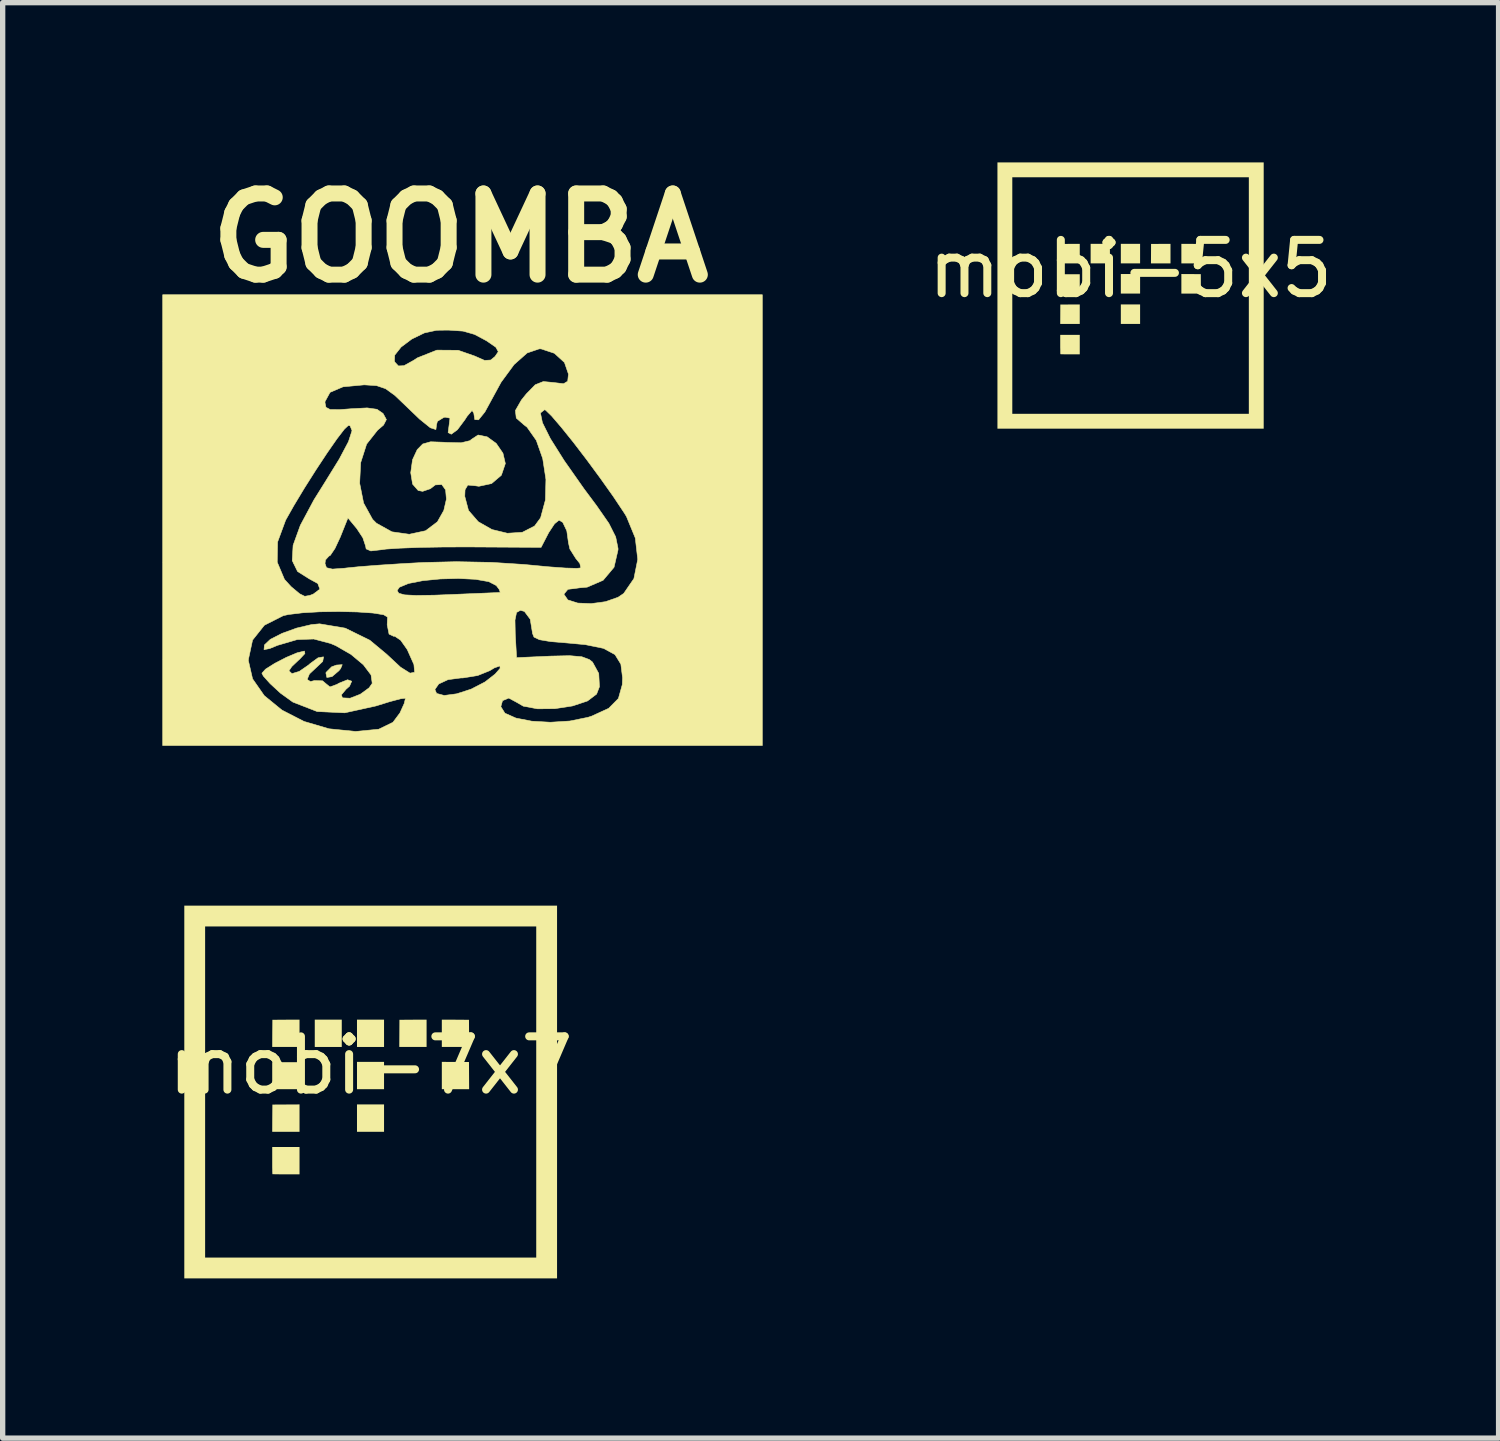
<source format=kicad_pcb>
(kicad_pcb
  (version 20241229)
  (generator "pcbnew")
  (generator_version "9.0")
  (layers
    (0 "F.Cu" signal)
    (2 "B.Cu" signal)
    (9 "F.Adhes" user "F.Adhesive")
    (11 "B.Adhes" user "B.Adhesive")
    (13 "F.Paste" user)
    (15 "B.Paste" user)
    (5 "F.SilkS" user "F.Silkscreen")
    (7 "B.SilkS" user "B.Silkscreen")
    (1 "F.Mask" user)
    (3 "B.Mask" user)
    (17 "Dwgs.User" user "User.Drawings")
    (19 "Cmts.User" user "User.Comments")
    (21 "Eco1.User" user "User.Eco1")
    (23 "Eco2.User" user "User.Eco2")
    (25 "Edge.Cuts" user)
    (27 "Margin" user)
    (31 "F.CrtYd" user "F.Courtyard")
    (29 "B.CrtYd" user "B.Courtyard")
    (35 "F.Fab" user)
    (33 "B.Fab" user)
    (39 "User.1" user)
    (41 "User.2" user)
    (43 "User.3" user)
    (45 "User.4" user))
  (footprint "mobi-5x5"
    (layer "F.Cu")
    (at 18.181 2.5)
    (property "Reference" "mobi-5x5" (at 0 -0.5 0) (unlocked yes) (layer "F.SilkS") (effects (font (size 1 1) (thickness 0.15))))
    (attr smd)
    (fp_poly (pts (xy -0.954 -0.037) (xy -1.321 -0.037) (xy -1.321 -0.4) (xy -0.954 -0.4)) (stroke (width 0) (type solid)) (fill yes) (layer "F.SilkS"))
    (fp_poly (pts (xy -0.388 -0.604) (xy -0.75 -0.604) (xy -0.75 -0.971) (xy -0.388 -0.971)) (stroke (width 0) (type solid)) (fill yes) (layer "F.SilkS"))
    (fp_poly (pts (xy 0.179 -0.604) (xy -0.183 -0.604) (xy -0.183 -0.971) (xy 0.179 -0.971)) (stroke (width 0) (type solid)) (fill yes) (layer "F.SilkS"))
    (fp_poly (pts (xy 0.179 -0.037) (xy -0.183 -0.037) (xy -0.183 -0.404) (xy 0.179 -0.404)) (stroke (width 0) (type solid)) (fill yes) (layer "F.SilkS"))
    (fp_poly (pts (xy 0.179 0.533) (xy -0.183 0.533) (xy -0.183 0.167) (xy 0.179 0.167)) (stroke (width 0) (type solid)) (fill yes) (layer "F.SilkS"))
    (fp_poly (pts (xy 1.136 -0.403) (xy 1.319 -0.402) (xy 1.321 -0.037) (xy 0.954 -0.037) (xy 0.954 -0.404)) (stroke (width 0) (type solid)) (fill yes) (layer "F.SilkS"))
    (fp_poly (pts (xy -0.954 -0.604) (xy -1.321 -0.604) (xy -1.32 -0.786) (xy -1.319 -0.969) (xy -1.136 -0.97) (xy -0.954 -0.971)) (stroke (width 0) (type solid)) (fill yes) (layer "F.SilkS"))
    (fp_poly (pts (xy -0.954 0.533) (xy -1.321 0.533) (xy -1.32 0.351) (xy -1.319 0.169) (xy -1.136 0.168) (xy -0.954 0.167)) (stroke (width 0) (type solid)) (fill yes) (layer "F.SilkS"))
    (fp_poly (pts (xy 0.75 -0.604) (xy 0.383 -0.604) (xy 0.384 -0.786) (xy 0.385 -0.969) (xy 0.568 -0.97) (xy 0.75 -0.971)) (stroke (width 0) (type solid)) (fill yes) (layer "F.SilkS"))
    (fp_poly (pts (xy 1.136 -0.97) (xy 1.319 -0.969) (xy 1.32 -0.786) (xy 1.321 -0.604) (xy 0.954 -0.604) (xy 0.954 -0.971)) (stroke (width 0) (type solid)) (fill yes) (layer "F.SilkS"))
    (fp_poly (pts (xy 2.5 2.5) (xy -2.5 2.5) (xy -2.5 2.221) (xy -2.221 2.221) (xy 2.221 2.221) (xy 2.221 -2.221) (xy -2.221 -2.221) (xy -2.221 2.221) (xy -2.5 2.221) (xy -2.5 -2.5) (xy 2.5 -2.5)) (stroke (width 0) (type solid)) (fill yes) (layer "F.SilkS"))
    (fp_poly (pts (xy -0.954 1.104) (xy -1.135 1.104) (xy -1.173 1.104) (xy -1.208 1.104) (xy -1.24 1.104) (xy -1.268 1.103) (xy -1.29 1.103) (xy -1.307 1.102) (xy -1.316 1.102) (xy -1.318 1.101) (xy -1.319 1.097) (xy -1.319 1.085) (xy -1.32 1.066) (xy -1.32 1.042) (xy -1.32 1.012) (xy -1.321 0.979) (xy -1.321 0.942) (xy -1.321 0.918) (xy -1.321 0.738) (xy -0.954 0.738)) (stroke (width 0) (type solid)) (fill yes) (layer "F.SilkS")))
  (footprint "mobi-7x7"
    (layer "F.Cu")
    (at 3.911 17.457)
    (property "Reference" "mobi-7x7" (at 0 -0.5 0) (unlocked yes) (layer "F.SilkS") (effects (font (size 1 1) (thickness 0.15))))
    (attr smd)
    (fp_poly (pts (xy -1.336 -0.053) (xy -1.849 -0.053) (xy -1.849 -0.56) (xy -1.336 -0.56)) (stroke (width 0) (type solid)) (fill yes) (layer "F.SilkS"))
    (fp_poly (pts (xy -0.543 -0.846) (xy -1.05 -0.846) (xy -1.05 -1.359) (xy -0.543 -1.359)) (stroke (width 0) (type solid)) (fill yes) (layer "F.SilkS"))
    (fp_poly (pts (xy 0.251 -0.846) (xy -0.257 -0.846) (xy -0.257 -1.359) (xy 0.251 -1.359)) (stroke (width 0) (type solid)) (fill yes) (layer "F.SilkS"))
    (fp_poly (pts (xy 0.251 -0.053) (xy -0.257 -0.053) (xy -0.257 -0.566) (xy 0.251 -0.566)) (stroke (width 0) (type solid)) (fill yes) (layer "F.SilkS"))
    (fp_poly (pts (xy 0.251 0.747) (xy -0.257 0.747) (xy -0.257 0.233) (xy 0.251 0.233)) (stroke (width 0) (type solid)) (fill yes) (layer "F.SilkS"))
    (fp_poly (pts (xy 1.846 -0.563) (xy 1.849 -0.053) (xy 1.336 -0.053) (xy 1.336 -0.566)) (stroke (width 0) (type solid)) (fill yes) (layer "F.SilkS"))
    (fp_poly (pts (xy -1.336 0.747) (xy -1.849 0.747) (xy -1.848 0.491) (xy -1.846 0.236) (xy -1.336 0.233)) (stroke (width 0) (type solid)) (fill yes) (layer "F.SilkS"))
    (fp_poly (pts (xy 1.05 -0.846) (xy 0.537 -0.846) (xy 0.54 -1.356) (xy 0.795 -1.358) (xy 1.05 -1.359)) (stroke (width 0) (type solid)) (fill yes) (layer "F.SilkS"))
    (fp_poly (pts (xy 1.591 -1.358) (xy 1.846 -1.356) (xy 1.849 -0.846) (xy 1.336 -0.846) (xy 1.336 -1.359)) (stroke (width 0) (type solid)) (fill yes) (layer "F.SilkS"))
    (fp_poly (pts (xy -1.336 -0.846) (xy -1.849 -0.846) (xy -1.848 -1.101) (xy -1.846 -1.356) (xy -1.591 -1.358) (xy -1.336 -1.359)) (stroke (width 0) (type solid)) (fill yes) (layer "F.SilkS"))
    (fp_poly (pts (xy 3.5 3.5) (xy -3.5 3.5) (xy -3.5 3.109) (xy -3.109 3.109) (xy 3.109 3.109) (xy 3.109 -3.109) (xy -3.109 -3.109) (xy -3.109 3.109) (xy -3.5 3.109) (xy -3.5 -3.5) (xy 3.5 -3.5)) (stroke (width 0) (type solid)) (fill yes) (layer "F.SilkS"))
    (fp_poly (pts (xy -1.336 1.546) (xy -1.589 1.546) (xy -1.642 1.546) (xy -1.692 1.546) (xy -1.736 1.545) (xy -1.775 1.545) (xy -1.806 1.544) (xy -1.829 1.543) (xy -1.843 1.543) (xy -1.845 1.542) (xy -1.846 1.536) (xy -1.847 1.519) (xy -1.848 1.492) (xy -1.848 1.458) (xy -1.849 1.417) (xy -1.849 1.371) (xy -1.849 1.32) (xy -1.849 1.285) (xy -1.849 1.033) (xy -1.336 1.033)) (stroke (width 0) (type solid)) (fill yes) (layer "F.SilkS")))
  (footprint "GOOMBA"
    (layer "F.Cu")
    (at 5.993 7.018)
    (property "Reference" "GOOMBA" (at -0.4 -5.6 0) (layer "F.SilkS") (effects (font (size 1.524 1.524) (thickness 0.3))))
    (attr through_hole)
    (fp_poly (pts (xy -2.646 2.487) (xy -2.678 2.527) (xy -2.808 2.638) (xy -2.905 2.655) (xy -2.923 2.57) (xy -2.919 2.558) (xy -2.815 2.454) (xy -2.724 2.421) (xy -2.616 2.414) (xy -2.646 2.487)) (stroke (width 0.01) (type solid)) (fill yes) (layer "F.SilkS"))
    (fp_poly (pts (xy 5.273 3.933) (xy -5.988 3.933) (xy -5.988 2.336) (xy -4.379 2.336) (xy -4.3 2.68) (xy -4.08 2.996) (xy -3.748 3.267) (xy -3.333 3.48) (xy -2.863 3.618) (xy -2.367 3.668) (xy -1.931 3.626) (xy -1.664 3.496) (xy -1.533 3.321) (xy -1.479 3.202) (xy 0.362 3.202) (xy 0.439 3.325) (xy 0.646 3.417) (xy 0.943 3.475) (xy 1.293 3.495) (xy 1.657 3.472) (xy 1.997 3.403) (xy 2.066 3.381) (xy 2.387 3.234) (xy 2.57 3.049) (xy 2.643 2.789) (xy 2.648 2.66) (xy 2.616 2.404) (xy 2.506 2.225) (xy 2.292 2.108) (xy 1.95 2.038) (xy 1.638 2.009) (xy 1.294 1.98) (xy 1.087 1.945) (xy 0.985 1.896) (xy 0.955 1.822) (xy 0.955 1.811) (xy 0.914 1.56) (xy 0.805 1.414) (xy 0.73 1.393) (xy 0.657 1.434) (xy 0.628 1.577) (xy 0.633 1.838) (xy 0.658 2.282) (xy 1.3 2.253) (xy 1.655 2.245) (xy 1.883 2.265) (xy 2.025 2.318) (xy 2.084 2.365) (xy 2.201 2.579) (xy 2.214 2.828) (xy 2.16 2.967) (xy 1.989 3.096) (xy 1.709 3.189) (xy 1.377 3.24) (xy 1.05 3.243) (xy 0.784 3.193) (xy 0.665 3.124) (xy 0.511 3.041) (xy 0.394 3.09) (xy 0.362 3.202) (xy -1.479 3.202) (xy -1.453 3.145) (xy -1.429 3.047) (xy -1.431 3.044) (xy -1.519 3.054) (xy -1.722 3.108) (xy -1.983 3.189) (xy -2.569 3.318) (xy -3.087 3.294) (xy -3.544 3.116) (xy -3.777 2.948) (xy -3.971 2.769) (xy -4.098 2.627) (xy -4.125 2.574) (xy -4.056 2.498) (xy -3.885 2.39) (xy -3.669 2.278) (xy -3.463 2.191) (xy -3.326 2.158) (xy -3.317 2.205) (xy -3.419 2.314) (xy -3.427 2.32) (xy -3.563 2.449) (xy -3.617 2.529) (xy -3.561 2.582) (xy -3.422 2.54) (xy -3.247 2.419) (xy -3.221 2.395) (xy -3.07 2.285) (xy -2.97 2.267) (xy -2.967 2.27) (xy -2.983 2.354) (xy -3.093 2.458) (xy -3.232 2.588) (xy -3.275 2.692) (xy -3.213 2.731) (xy -3.137 2.712) (xy -2.985 2.717) (xy -2.928 2.766) (xy -2.847 2.832) (xy -2.715 2.784) (xy -2.68 2.763) (xy -2.516 2.697) (xy -2.438 2.724) (xy -2.479 2.818) (xy -2.543 2.874) (xy -2.632 2.98) (xy -2.613 3.037) (xy -2.469 3.044) (xy -2.277 2.969) (xy -2.154 2.88) (xy -0.876 2.88) (xy -0.844 2.954) (xy -0.701 2.992) (xy -0.467 2.961) (xy -0.195 2.873) (xy 0.06 2.741) (xy 0.076 2.73) (xy 0.254 2.591) (xy 0.348 2.484) (xy 0.346 2.437) (xy 0.241 2.474) (xy 0.153 2.527) (xy -0.073 2.618) (xy -0.351 2.663) (xy -0.387 2.663) (xy -0.629 2.695) (xy -0.804 2.776) (xy -0.876 2.88) (xy -2.154 2.88) (xy -2.111 2.848) (xy -2.053 2.765) (xy -2.075 2.607) (xy -2.22 2.415) (xy -2.452 2.221) (xy -2.739 2.056) (xy -2.837 2.015) (xy -3.151 1.932) (xy -3.463 1.943) (xy -3.832 2.051) (xy -3.978 2.111) (xy -4.085 2.132) (xy -4.077 2.043) (xy -3.967 1.939) (xy -3.746 1.826) (xy -3.47 1.726) (xy -3.193 1.661) (xy -3.041 1.647) (xy -2.56 1.728) (xy -2.098 1.955) (xy -1.783 2.217) (xy -1.521 2.461) (xy -1.343 2.573) (xy -1.257 2.556) (xy -1.27 2.411) (xy -1.391 2.14) (xy -1.397 2.128) (xy -1.519 1.955) (xy -1.631 1.879) (xy -1.651 1.881) (xy -1.737 1.84) (xy -1.772 1.666) (xy -1.766 1.52) (xy -1.839 1.476) (xy -2.041 1.444) (xy -2.334 1.424) (xy -2.678 1.416) (xy -3.035 1.421) (xy -3.364 1.44) (xy -3.627 1.472) (xy -3.724 1.494) (xy -4.078 1.673) (xy -4.3 1.952) (xy -4.379 2.319) (xy -4.379 2.336) (xy -5.988 2.336) (xy -5.988 0.489) (xy -3.837 0.489) (xy -3.701 0.812) (xy -3.576 0.949) (xy -3.415 1.083) (xy -3.32 1.13) (xy -3.224 1.113) (xy -3.159 1.088) (xy -3.072 1.023) (xy -1.585 1.023) (xy -1.554 1.073) (xy -1.444 1.103) (xy -1.23 1.114) (xy -0.887 1.109) (xy -0.633 1.099) (xy -0.25 1.083) (xy 0.065 1.07) (xy 0.277 1.061) (xy 0.351 1.057) (xy 0.332 1.002) (xy 0.277 0.928) (xy 0.136 0.855) (xy -0.114 0.811) (xy -0.431 0.795) (xy -0.774 0.804) (xy -1.101 0.836) (xy -1.372 0.889) (xy -1.545 0.961) (xy -1.585 1.023) (xy -3.072 1.023) (xy -3.036 0.996) (xy -3.075 0.89) (xy -3.239 0.8) (xy -3.455 0.664) (xy -3.529 0.513) (xy -2.94 0.513) (xy -2.912 0.593) (xy -2.801 0.619) (xy -2.568 0.602) (xy -2.538 0.598) (xy -2.291 0.573) (xy -1.927 0.545) (xy -1.496 0.517) (xy -1.099 0.495) (xy -0.474 0.48) (xy 0.19 0.493) (xy 0.796 0.532) (xy 0.88 0.54) (xy 1.261 0.576) (xy 1.576 0.599) (xy 1.789 0.605) (xy 1.864 0.597) (xy 1.846 0.513) (xy 1.769 0.418) (xy 1.658 0.241) (xy 1.632 0.124) (xy 1.601 -0.099) (xy 1.525 -0.259) (xy 1.456 -0.3) (xy 1.371 -0.232) (xy 1.262 -0.067) (xy 1.25 -0.044) (xy 1.118 0.211) (xy -0.222 0.203) (xy -0.707 0.204) (xy -1.156 0.212) (xy -1.53 0.226) (xy -1.792 0.243) (xy -1.87 0.254) (xy -2.079 0.278) (xy -2.167 0.24) (xy -2.178 0.184) (xy -2.229 0.031) (xy -2.343 -0.142) (xy -2.509 -0.342) (xy -2.653 0.018) (xy -2.753 0.232) (xy -2.84 0.361) (xy -2.868 0.377) (xy -2.931 0.447) (xy -2.94 0.513) (xy -3.529 0.513) (xy -3.555 0.459) (xy -3.539 0.173) (xy -3.403 -0.203) (xy -3.148 -0.68) (xy -2.951 -0.995) (xy -2.672 -1.447) (xy -2.499 -1.774) (xy -2.432 -1.981) (xy -2.469 -2.072) (xy -2.502 -2.078) (xy -2.575 -2.01) (xy -2.715 -1.828) (xy -2.9 -1.562) (xy -3.11 -1.244) (xy -3.326 -0.903) (xy -3.526 -0.571) (xy -3.679 -0.3) (xy -3.83 0.109) (xy -3.837 0.489) (xy -5.988 0.489) (xy -5.988 -2.506) (xy -2.94 -2.506) (xy -2.922 -2.419) (xy -2.843 -2.378) (xy -2.662 -2.376) (xy -2.451 -2.392) (xy -2.148 -2.408) (xy -1.964 -2.382) (xy -1.853 -2.306) (xy -1.847 -2.299) (xy -1.787 -2.189) (xy -1.84 -2.086) (xy -1.953 -1.989) (xy -2.158 -1.729) (xy -2.27 -1.38) (xy -2.289 -0.993) (xy -2.215 -0.621) (xy -2.047 -0.316) (xy -1.973 -0.242) (xy -1.683 -0.081) (xy -1.357 -0.035) (xy -1.051 -0.101) (xy -0.829 -0.269) (xy -0.709 -0.482) (xy -0.66 -0.694) (xy -0.675 -0.868) (xy -0.747 -0.969) (xy -0.868 -0.962) (xy -0.962 -0.89) (xy -1.106 -0.841) (xy -1.19 -0.857) (xy -1.295 -0.977) (xy -1.33 -1.191) (xy -1.296 -1.435) (xy -1.208 -1.624) (xy -1.105 -1.73) (xy -0.957 -1.772) (xy -0.707 -1.763) (xy -0.669 -1.76) (xy -0.384 -1.753) (xy -0.217 -1.793) (xy -0.194 -1.814) (xy -0.065 -1.899) (xy 0.105 -1.865) (xy 0.275 -1.742) (xy 0.402 -1.557) (xy 0.447 -1.363) (xy 0.372 -1.143) (xy 0.188 -0.987) (xy -0.05 -0.936) (xy -0.119 -0.946) (xy -0.258 -0.959) (xy -0.31 -0.871) (xy -0.315 -0.747) (xy -0.245 -0.482) (xy -0.061 -0.27) (xy 0.196 -0.124) (xy 0.485 -0.054) (xy 0.766 -0.072) (xy 0.996 -0.19) (xy 1.109 -0.344) (xy 1.199 -0.678) (xy 1.209 -1.065) (xy 1.149 -1.456) (xy 1.028 -1.799) (xy 0.855 -2.045) (xy 0.792 -2.094) (xy 0.652 -2.217) (xy 0.641 -2.313) (xy 1.106 -2.313) (xy 1.143 -2.131) (xy 1.292 -1.832) (xy 1.553 -1.417) (xy 1.924 -0.889) (xy 2.161 -0.571) (xy 2.391 -0.24) (xy 2.519 0.014) (xy 2.563 0.23) (xy 2.563 0.259) (xy 2.488 0.585) (xy 2.283 0.829) (xy 1.984 0.958) (xy 1.848 0.97) (xy 1.622 0.999) (xy 1.547 1.089) (xy 1.547 1.091) (xy 1.62 1.198) (xy 1.807 1.257) (xy 2.059 1.267) (xy 2.327 1.231) (xy 2.564 1.148) (xy 2.67 1.076) (xy 2.861 0.798) (xy 2.933 0.437) (xy 2.887 0.035) (xy 2.721 -0.369) (xy 2.679 -0.437) (xy 2.476 -0.742) (xy 2.234 -1.083) (xy 1.977 -1.432) (xy 1.724 -1.763) (xy 1.496 -2.046) (xy 1.316 -2.256) (xy 1.204 -2.365) (xy 1.184 -2.374) (xy 1.106 -2.313) (xy 0.641 -2.313) (xy 0.636 -2.359) (xy 0.748 -2.555) (xy 0.841 -2.671) (xy 1.009 -2.843) (xy 1.16 -2.903) (xy 1.349 -2.885) (xy 1.54 -2.862) (xy 1.618 -2.909) (xy 1.632 -3.043) (xy 1.557 -3.261) (xy 1.367 -3.434) (xy 1.119 -3.516) (xy 1.083 -3.517) (xy 0.857 -3.44) (xy 0.611 -3.222) (xy 0.367 -2.89) (xy 0.223 -2.626) (xy 0.063 -2.332) (xy -0.056 -2.184) (xy -0.127 -2.188) (xy -0.146 -2.311) (xy -0.178 -2.36) (xy -0.271 -2.251) (xy -0.314 -2.184) (xy -0.454 -1.997) (xy -0.568 -1.914) (xy -0.628 -1.944) (xy -0.609 -2.086) (xy -0.593 -2.216) (xy -0.684 -2.234) (xy -0.709 -2.229) (xy -0.829 -2.156) (xy -0.845 -2.094) (xy -0.857 -2.001) (xy -0.962 -2.035) (xy -1.164 -2.198) (xy -1.392 -2.417) (xy -1.627 -2.642) (xy -1.803 -2.769) (xy -1.971 -2.826) (xy -2.186 -2.84) (xy -2.214 -2.84) (xy -2.601 -2.804) (xy -2.845 -2.7) (xy -2.939 -2.528) (xy -2.94 -2.506) (xy -5.988 -2.506) (xy -5.988 -3.277) (xy -1.636 -3.277) (xy -1.561 -3.196) (xy -1.456 -3.201) (xy -1.276 -3.301) (xy -1.204 -3.348) (xy -0.839 -3.493) (xy -0.438 -3.49) (xy -0.131 -3.383) (xy 0.057 -3.3) (xy 0.172 -3.307) (xy 0.252 -3.372) (xy 0.314 -3.463) (xy 0.269 -3.547) (xy 0.095 -3.667) (xy 0.094 -3.668) (xy -0.131 -3.788) (xy -0.347 -3.85) (xy -0.623 -3.869) (xy -0.843 -3.866) (xy -1.074 -3.816) (xy -1.31 -3.701) (xy -1.51 -3.551) (xy -1.631 -3.398) (xy -1.636 -3.277) (xy -5.988 -3.277) (xy -5.988 -4.533) (xy 5.273 -4.533) (xy 5.273 3.933)) (stroke (width 0.01) (type solid)) (fill yes) (layer "F.SilkS")))
  (gr_rect
    (start -3 -3)
    (end 25.092 23.957)
    (stroke (width 0.1) (type default))
    (fill no)
    (layer "Edge.Cuts")))
</source>
